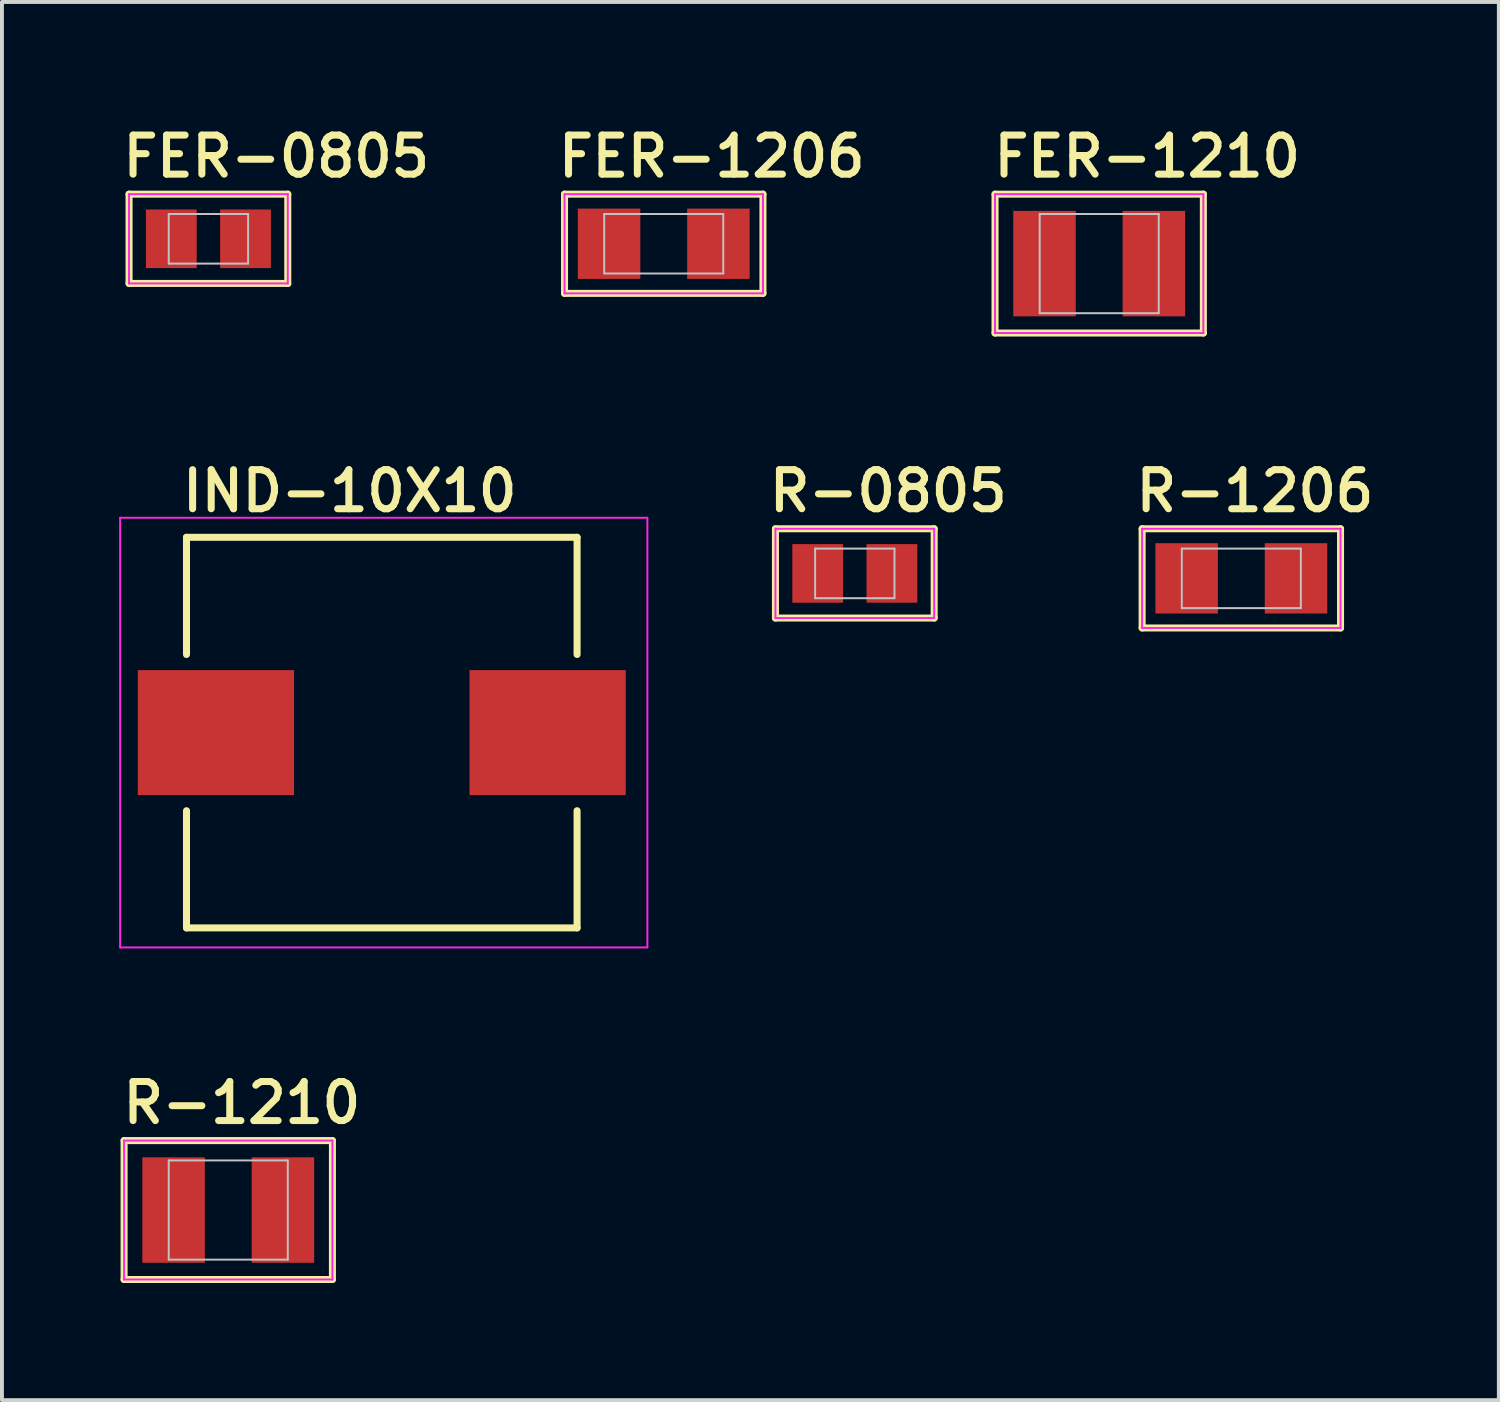
<source format=kicad_pcb>
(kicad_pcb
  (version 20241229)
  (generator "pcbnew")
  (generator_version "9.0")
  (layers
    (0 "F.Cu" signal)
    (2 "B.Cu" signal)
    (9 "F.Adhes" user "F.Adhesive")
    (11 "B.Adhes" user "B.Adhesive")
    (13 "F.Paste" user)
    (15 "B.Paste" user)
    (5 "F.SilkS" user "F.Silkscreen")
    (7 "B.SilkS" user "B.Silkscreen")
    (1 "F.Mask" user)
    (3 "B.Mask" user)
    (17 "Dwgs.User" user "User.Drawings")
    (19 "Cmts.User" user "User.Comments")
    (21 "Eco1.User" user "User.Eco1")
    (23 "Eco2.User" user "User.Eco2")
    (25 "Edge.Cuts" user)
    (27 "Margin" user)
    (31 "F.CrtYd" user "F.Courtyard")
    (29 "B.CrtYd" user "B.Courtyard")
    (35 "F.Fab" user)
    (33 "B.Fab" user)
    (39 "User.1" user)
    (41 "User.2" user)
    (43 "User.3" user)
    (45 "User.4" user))
  (footprint "R-0805"
    (layer "F.Cu")
    (at 18.836 11.631)
    (property "Reference" "R-0805" (at -2.286 -1.524 0) (layer "F.SilkS") (effects (font (size 1 1) (thickness 0.18)) (justify left bottom)))
    (attr through_hole)
    (fp_line (start -2.032 -1.143) (end -2.032 1.143) (stroke (width 0.18) (type solid)) (layer "F.SilkS"))
    (fp_line (start -2.032 1.143) (end 2.032 1.143) (stroke (width 0.18) (type solid)) (layer "F.SilkS"))
    (fp_line (start 2.032 -1.143) (end -2.032 -1.143) (stroke (width 0.18) (type solid)) (layer "F.SilkS"))
    (fp_line (start 2.032 1.143) (end 2.032 -1.143) (stroke (width 0.18) (type solid)) (layer "F.SilkS"))
    (fp_line (start -1.016 -0.635) (end 1.016 -0.635) (stroke (width 0.05) (type solid)) (layer "Dwgs.User"))
    (fp_line (start -1.016 0.635) (end -1.016 -0.635) (stroke (width 0.05) (type solid)) (layer "Dwgs.User"))
    (fp_line (start 1.016 -0.635) (end 1.016 0.635) (stroke (width 0.05) (type solid)) (layer "Dwgs.User"))
    (fp_line (start 1.016 0.635) (end -1.016 0.635) (stroke (width 0.05) (type solid)) (layer "Dwgs.User"))
    (fp_line (start -2.032 -1.143) (end 2.032 -1.143) (stroke (width 0.05) (type solid)) (layer "F.CrtYd"))
    (fp_line (start -2.032 1.143) (end -2.032 -1.143) (stroke (width 0.05) (type solid)) (layer "F.CrtYd"))
    (fp_line (start 2.032 -1.143) (end 2.032 1.143) (stroke (width 0.05) (type solid)) (layer "F.CrtYd"))
    (fp_line (start 2.032 1.143) (end -2.032 1.143) (stroke (width 0.05) (type solid)) (layer "F.CrtYd"))
    (pad "1" smd rect (at -0.95 0) (size 1.3 1.5) (layers "F.Cu" "F.Mask" "F.Paste"))
    (pad "2" smd rect (at 0.95 0) (size 1.3 1.5) (layers "F.Cu" "F.Mask" "F.Paste")))
  (footprint "FER-0805"
    (layer "F.Cu")
    (at 2.286 3.064)
    (property "Reference" "FER-0805" (at -2.286 -1.524 0) (layer "F.SilkS") (effects (font (size 1 1) (thickness 0.18)) (justify left bottom)))
    (attr through_hole)
    (fp_line (start -2.032 -1.143) (end -2.032 1.143) (stroke (width 0.18) (type solid)) (layer "F.SilkS"))
    (fp_line (start -2.032 1.143) (end 2.032 1.143) (stroke (width 0.18) (type solid)) (layer "F.SilkS"))
    (fp_line (start 2.032 -1.143) (end -2.032 -1.143) (stroke (width 0.18) (type solid)) (layer "F.SilkS"))
    (fp_line (start 2.032 1.143) (end 2.032 -1.143) (stroke (width 0.18) (type solid)) (layer "F.SilkS"))
    (fp_line (start -1.016 -0.635) (end 1.016 -0.635) (stroke (width 0.05) (type solid)) (layer "Dwgs.User"))
    (fp_line (start -1.016 0.635) (end -1.016 -0.635) (stroke (width 0.05) (type solid)) (layer "Dwgs.User"))
    (fp_line (start 1.016 -0.635) (end 1.016 0.635) (stroke (width 0.05) (type solid)) (layer "Dwgs.User"))
    (fp_line (start 1.016 0.635) (end -1.016 0.635) (stroke (width 0.05) (type solid)) (layer "Dwgs.User"))
    (fp_line (start -2.032 -1.143) (end 2.032 -1.143) (stroke (width 0.05) (type solid)) (layer "F.CrtYd"))
    (fp_line (start -2.032 1.143) (end -2.032 -1.143) (stroke (width 0.05) (type solid)) (layer "F.CrtYd"))
    (fp_line (start 2.032 -1.143) (end 2.032 1.143) (stroke (width 0.05) (type solid)) (layer "F.CrtYd"))
    (fp_line (start 2.032 1.143) (end -2.032 1.143) (stroke (width 0.05) (type solid)) (layer "F.CrtYd"))
    (pad "1" smd rect (at -0.95 0) (size 1.3 1.5) (layers "F.Cu" "F.Mask" "F.Paste"))
    (pad "2" smd rect (at 0.95 0) (size 1.3 1.5) (layers "F.Cu" "F.Mask" "F.Paste")))
  (footprint "IND-10X10"
    (layer "F.Cu")
    (at 6.725 15.707)
    (property "Reference" "IND-10X10" (at -5.2 -5.6 0) (layer "F.SilkS") (effects (font (size 1 1) (thickness 0.18)) (justify left bottom)))
    (attr through_hole)
    (fp_line (start -5 -5) (end -5 -2) (stroke (width 0.18) (type solid)) (layer "F.SilkS"))
    (fp_line (start -5 -5) (end 5 -5) (stroke (width 0.18) (type solid)) (layer "F.SilkS"))
    (fp_line (start -5 5) (end -5 2) (stroke (width 0.18) (type solid)) (layer "F.SilkS"))
    (fp_line (start 5 -5) (end 5 -2) (stroke (width 0.18) (type solid)) (layer "F.SilkS"))
    (fp_line (start 5 5) (end -5 5) (stroke (width 0.18) (type solid)) (layer "F.SilkS"))
    (fp_line (start 5 5) (end 5 2) (stroke (width 0.18) (type solid)) (layer "F.SilkS"))
    (fp_line (start -6.7 -5.5) (end 6.8 -5.5) (stroke (width 0.05) (type solid)) (layer "F.CrtYd"))
    (fp_line (start -6.7 5.5) (end -6.7 -5.5) (stroke (width 0.05) (type solid)) (layer "F.CrtYd"))
    (fp_line (start 6.8 -5.5) (end 6.8 5.5) (stroke (width 0.05) (type solid)) (layer "F.CrtYd"))
    (fp_line (start 6.8 5.5) (end -6.7 5.5) (stroke (width 0.05) (type solid)) (layer "F.CrtYd"))
    (pad "1" smd rect (at -4.246 0) (size 4 3.2) (layers "F.Cu" "F.Mask" "F.Paste"))
    (pad "2" smd rect (at 4.246 0) (size 4 3.2) (layers "F.Cu" "F.Mask" "F.Paste")))
  (footprint "FER-1206"
    (layer "F.Cu")
    (at 13.944 3.191)
    (property "Reference" "FER-1206" (at -2.794 -1.651 0) (layer "F.SilkS") (effects (font (size 1 1) (thickness 0.18)) (justify left bottom)))
    (attr through_hole)
    (fp_line (start -2.54 -1.27) (end -2.54 1.27) (stroke (width 0.18) (type solid)) (layer "F.SilkS"))
    (fp_line (start -2.54 1.27) (end 2.54 1.27) (stroke (width 0.18) (type solid)) (layer "F.SilkS"))
    (fp_line (start 2.54 -1.27) (end -2.54 -1.27) (stroke (width 0.18) (type solid)) (layer "F.SilkS"))
    (fp_line (start 2.54 1.27) (end 2.54 -1.27) (stroke (width 0.18) (type solid)) (layer "F.SilkS"))
    (fp_line (start -1.524 -0.762) (end 1.524 -0.762) (stroke (width 0.05) (type solid)) (layer "Dwgs.User"))
    (fp_line (start -1.524 0.762) (end -1.524 -0.762) (stroke (width 0.05) (type solid)) (layer "Dwgs.User"))
    (fp_line (start 1.524 -0.762) (end 1.524 0.762) (stroke (width 0.05) (type solid)) (layer "Dwgs.User"))
    (fp_line (start 1.524 0.762) (end -1.524 0.762) (stroke (width 0.05) (type solid)) (layer "Dwgs.User"))
    (fp_line (start -2.54 -1.27) (end 2.54 -1.27) (stroke (width 0.05) (type solid)) (layer "F.CrtYd"))
    (fp_line (start -2.54 1.27) (end -2.54 -1.27) (stroke (width 0.05) (type solid)) (layer "F.CrtYd"))
    (fp_line (start 2.54 -1.27) (end 2.54 1.27) (stroke (width 0.05) (type solid)) (layer "F.CrtYd"))
    (fp_line (start 2.54 1.27) (end -2.54 1.27) (stroke (width 0.05) (type solid)) (layer "F.CrtYd"))
    (pad "1" smd rect (at -1.4 0) (size 1.6 1.8) (layers "F.Cu" "F.Mask" "F.Paste"))
    (pad "2" smd rect (at 1.4 0) (size 1.6 1.8) (layers "F.Cu" "F.Mask" "F.Paste")))
  (footprint "R-1206"
    (layer "F.Cu")
    (at 28.732 11.758)
    (property "Reference" "R-1206" (at -2.794 -1.651 0) (layer "F.SilkS") (effects (font (size 1 1) (thickness 0.18)) (justify left bottom)))
    (attr through_hole)
    (fp_line (start -2.54 -1.27) (end -2.54 1.27) (stroke (width 0.18) (type solid)) (layer "F.SilkS"))
    (fp_line (start -2.54 1.27) (end 2.54 1.27) (stroke (width 0.18) (type solid)) (layer "F.SilkS"))
    (fp_line (start 2.54 -1.27) (end -2.54 -1.27) (stroke (width 0.18) (type solid)) (layer "F.SilkS"))
    (fp_line (start 2.54 1.27) (end 2.54 -1.27) (stroke (width 0.18) (type solid)) (layer "F.SilkS"))
    (fp_line (start -1.524 -0.762) (end 1.524 -0.762) (stroke (width 0.05) (type solid)) (layer "Dwgs.User"))
    (fp_line (start -1.524 0.762) (end -1.524 -0.762) (stroke (width 0.05) (type solid)) (layer "Dwgs.User"))
    (fp_line (start 1.524 -0.762) (end 1.524 0.762) (stroke (width 0.05) (type solid)) (layer "Dwgs.User"))
    (fp_line (start 1.524 0.762) (end -1.524 0.762) (stroke (width 0.05) (type solid)) (layer "Dwgs.User"))
    (fp_line (start -2.54 -1.27) (end 2.54 -1.27) (stroke (width 0.05) (type solid)) (layer "F.CrtYd"))
    (fp_line (start -2.54 1.27) (end -2.54 -1.27) (stroke (width 0.05) (type solid)) (layer "F.CrtYd"))
    (fp_line (start 2.54 -1.27) (end 2.54 1.27) (stroke (width 0.05) (type solid)) (layer "F.CrtYd"))
    (fp_line (start 2.54 1.27) (end -2.54 1.27) (stroke (width 0.05) (type solid)) (layer "F.CrtYd"))
    (pad "1" smd rect (at -1.4 0) (size 1.6 1.8) (layers "F.Cu" "F.Mask" "F.Paste"))
    (pad "2" smd rect (at 1.4 0) (size 1.6 1.8) (layers "F.Cu" "F.Mask" "F.Paste")))
  (footprint "FER-1210"
    (layer "F.Cu")
    (at 25.093 3.699)
    (property "Reference" "FER-1210" (at -2.794 -2.159 0) (layer "F.SilkS") (effects (font (size 1 1) (thickness 0.18)) (justify left bottom)))
    (attr through_hole)
    (fp_line (start -2.667 -1.778) (end -2.667 1.778) (stroke (width 0.18) (type solid)) (layer "F.SilkS"))
    (fp_line (start -2.667 1.778) (end 2.667 1.778) (stroke (width 0.18) (type solid)) (layer "F.SilkS"))
    (fp_line (start 2.667 -1.778) (end -2.667 -1.778) (stroke (width 0.18) (type solid)) (layer "F.SilkS"))
    (fp_line (start 2.667 1.778) (end 2.667 -1.778) (stroke (width 0.18) (type solid)) (layer "F.SilkS"))
    (fp_line (start -1.524 -1.27) (end 1.524 -1.27) (stroke (width 0.05) (type solid)) (layer "Dwgs.User"))
    (fp_line (start -1.524 1.27) (end -1.524 -1.27) (stroke (width 0.05) (type solid)) (layer "Dwgs.User"))
    (fp_line (start 1.524 -1.27) (end 1.524 1.27) (stroke (width 0.05) (type solid)) (layer "Dwgs.User"))
    (fp_line (start 1.524 1.27) (end -1.524 1.27) (stroke (width 0.05) (type solid)) (layer "Dwgs.User"))
    (fp_line (start -2.667 -1.778) (end 2.667 -1.778) (stroke (width 0.05) (type solid)) (layer "F.CrtYd"))
    (fp_line (start -2.667 1.778) (end -2.667 -1.778) (stroke (width 0.05) (type solid)) (layer "F.CrtYd"))
    (fp_line (start 2.667 -1.778) (end 2.667 1.778) (stroke (width 0.05) (type solid)) (layer "F.CrtYd"))
    (fp_line (start 2.667 1.778) (end -2.667 1.778) (stroke (width 0.05) (type solid)) (layer "F.CrtYd"))
    (pad "1" smd rect (at -1.4 0) (size 1.6 2.7) (layers "F.Cu" "F.Mask" "F.Paste"))
    (pad "2" smd rect (at 1.4 0) (size 1.6 2.7) (layers "F.Cu" "F.Mask" "F.Paste")))
  (footprint "R-1210"
    (layer "F.Cu")
    (at 2.794 27.931)
    (property "Reference" "R-1210" (at -2.794 -2.159 0) (layer "F.SilkS") (effects (font (size 1 1) (thickness 0.18)) (justify left bottom)))
    (attr through_hole)
    (fp_line (start -2.667 -1.778) (end -2.667 1.778) (stroke (width 0.18) (type solid)) (layer "F.SilkS"))
    (fp_line (start -2.667 1.778) (end 2.667 1.778) (stroke (width 0.18) (type solid)) (layer "F.SilkS"))
    (fp_line (start 2.667 -1.778) (end -2.667 -1.778) (stroke (width 0.18) (type solid)) (layer "F.SilkS"))
    (fp_line (start 2.667 1.778) (end 2.667 -1.778) (stroke (width 0.18) (type solid)) (layer "F.SilkS"))
    (fp_line (start -1.524 -1.27) (end 1.524 -1.27) (stroke (width 0.05) (type solid)) (layer "Dwgs.User"))
    (fp_line (start -1.524 1.27) (end -1.524 -1.27) (stroke (width 0.05) (type solid)) (layer "Dwgs.User"))
    (fp_line (start 1.524 -1.27) (end 1.524 1.27) (stroke (width 0.05) (type solid)) (layer "Dwgs.User"))
    (fp_line (start 1.524 1.27) (end -1.524 1.27) (stroke (width 0.05) (type solid)) (layer "Dwgs.User"))
    (fp_line (start -2.667 -1.778) (end 2.667 -1.778) (stroke (width 0.05) (type solid)) (layer "F.CrtYd"))
    (fp_line (start -2.667 1.778) (end -2.667 -1.778) (stroke (width 0.05) (type solid)) (layer "F.CrtYd"))
    (fp_line (start 2.667 -1.778) (end 2.667 1.778) (stroke (width 0.05) (type solid)) (layer "F.CrtYd"))
    (fp_line (start 2.667 1.778) (end -2.667 1.778) (stroke (width 0.05) (type solid)) (layer "F.CrtYd"))
    (pad "1" smd rect (at -1.4 0) (size 1.6 2.7) (layers "F.Cu" "F.Mask" "F.Paste"))
    (pad "2" smd rect (at 1.4 0) (size 1.6 2.7) (layers "F.Cu" "F.Mask" "F.Paste")))
  (gr_rect
    (start -3 -3)
    (end 35.325 32.799)
    (stroke (width 0.1) (type default))
    (fill no)
    (layer "Edge.Cuts")))
</source>
